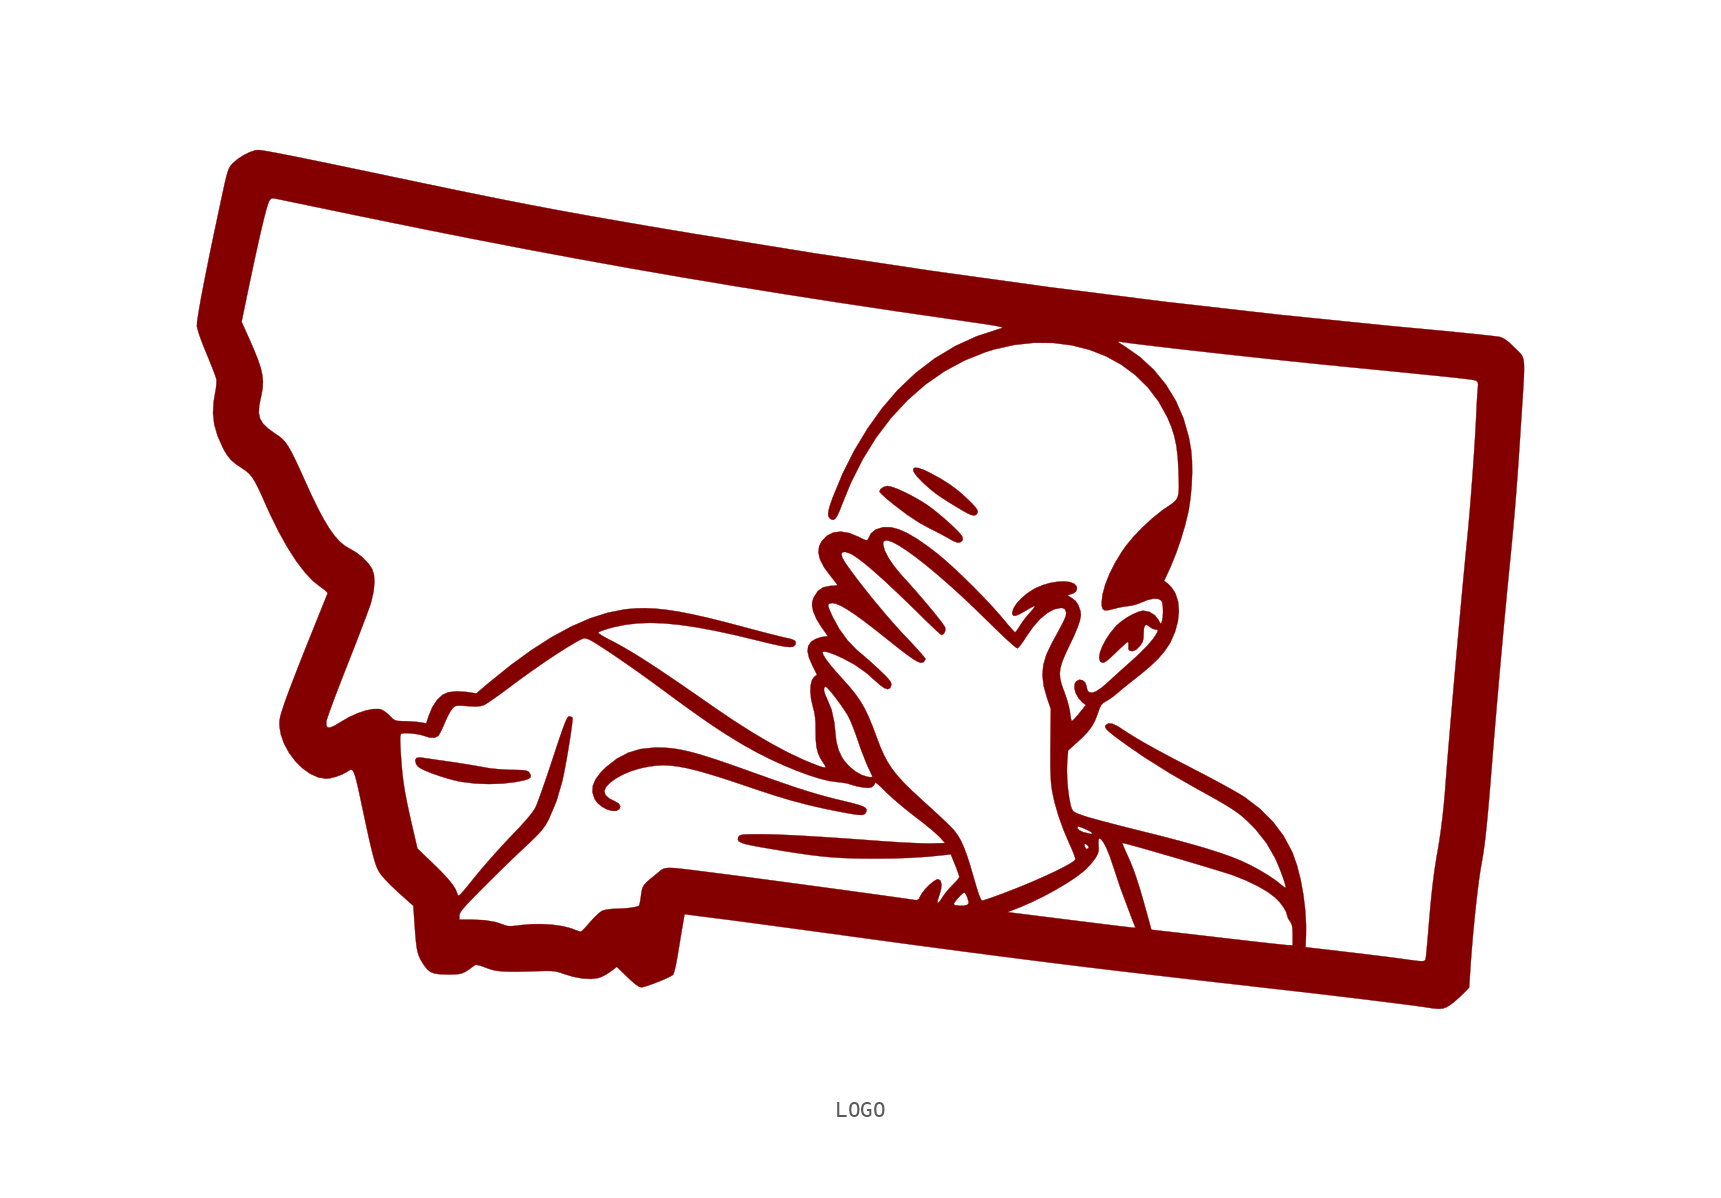
<source format=kicad_sym>
(kicad_symbol_lib
  (version 20220914)
  (generator "bitmap2component")
  (generator_version "8.0")
  (symbol "LOGO"
    (pin_names
      (offset 1.016))
    (property "Reference" "#G"
      (at 0 26.204 0)
      (effects (font (size 1.27 1.27)) hide))
    (symbol "LOGO_0_0"
      (polyline (pts (xy 36.423 -26.8) (xy 36.659 -26.709) (xy 36.903 -26.549) (xy 37.07 -26.419) (xy 37.384 -26.148) (xy 37.666 -25.879) (xy 38.037 -25.499) (xy 38.109 -24.37) (xy 38.139 -23.925) (xy 38.207 -23.032) (xy 38.286 -22.116) (xy 38.372 -21.207) (xy 38.464 -20.33) (xy 38.557 -19.513) (xy 38.65 -18.783) (xy 38.739 -18.168) (xy 38.821 -17.695) (xy 38.861 -17.483) (xy 38.926 -17.086) (xy 38.99 -16.623) (xy 39.056 -16.078) (xy 39.124 -15.438) (xy 39.197 -14.688) (xy 39.275 -13.812) (xy 39.36 -12.797) (xy 39.454 -11.627) (xy 39.499 -11.058) (xy 39.636 -9.387) (xy 39.783 -7.643) (xy 39.938 -5.867) (xy 40.096 -4.097) (xy 40.254 -2.376) (xy 40.408 -0.743) (xy 40.556 0.762) (xy 40.561 0.812) (xy 40.663 1.85) (xy 40.753 2.8) (xy 40.835 3.696) (xy 40.91 4.569) (xy 40.98 5.452) (xy 41.05 6.376) (xy 41.12 7.373) (xy 41.194 8.475) (xy 41.274 9.714) (xy 41.298 10.083) (xy 41.355 10.96) (xy 41.402 11.688) (xy 41.438 12.286) (xy 41.461 12.766) (xy 41.471 13.147) (xy 41.465 13.443) (xy 41.444 13.67) (xy 41.404 13.843) (xy 41.347 13.979) (xy 41.269 14.093) (xy 41.17 14.201) (xy 41.049 14.319) (xy 40.904 14.461) (xy 40.552 14.799) (xy 40.247 15.032) (xy 39.994 15.15) (xy 39.855 15.174) (xy 39.561 15.211) (xy 39.13 15.26) (xy 38.578 15.32) (xy 37.92 15.387) (xy 37.172 15.462) (xy 36.349 15.542) (xy 35.468 15.625) (xy 34.544 15.711) (xy 33.116 15.844) (xy 26.143 16.547) (xy 19.049 17.354) (xy 11.841 18.264) (xy 4.529 19.276) (xy -2.878 20.387) (xy -10.372 21.598) (xy -11.774 21.833) (xy -13.313 22.093) (xy -14.73 22.336) (xy -16.046 22.565) (xy -17.287 22.785) (xy -18.475 23) (xy -19.635 23.216) (xy -20.79 23.436) (xy -21.965 23.666) (xy -23.182 23.908) (xy -24.466 24.169) (xy -25.84 24.452) (xy -27.329 24.762) (xy -28.956 25.104) (xy -29.077 25.129) (xy -30.52 25.432) (xy -31.805 25.701) (xy -32.941 25.938) (xy -33.934 26.143) (xy -34.793 26.318) (xy -35.523 26.466) (xy -36.134 26.586) (xy -36.633 26.681) (xy -37.026 26.753) (xy -37.321 26.802) (xy -37.527 26.83) (xy -37.65 26.839) (xy -37.814 26.82) (xy -38.16 26.706) (xy -38.545 26.515) (xy -38.917 26.273) (xy -39.225 26.008) (xy -39.244 25.989) (xy -39.336 25.886) (xy -39.413 25.776) (xy -39.482 25.637) (xy -39.55 25.446) (xy -39.623 25.18) (xy -39.711 24.817) (xy -39.818 24.333) (xy -39.953 23.707) (xy -40.114 22.952) (xy -40.396 21.617) (xy -40.648 20.407) (xy -40.867 19.325) (xy -41.054 18.378) (xy -41.207 17.57) (xy -41.326 16.906) (xy -41.409 16.392) (xy -41.446 16.103) (xy -38.67 16.103) (xy -38.422 17.301) (xy -38.372 17.544) (xy -38.095 18.87) (xy -37.847 20.031) (xy -37.628 21.029) (xy -37.438 21.866) (xy -37.275 22.543) (xy -37.14 23.062) (xy -37.032 23.425) (xy -36.951 23.634) (xy -36.918 23.695) (xy -36.832 23.798) (xy -36.704 23.82) (xy -36.473 23.783) (xy -36.416 23.771) (xy -36.187 23.724) (xy -35.817 23.647) (xy -35.324 23.545) (xy -34.723 23.421) (xy -34.032 23.277) (xy -33.267 23.119) (xy -32.444 22.948) (xy -31.581 22.769) (xy -31.051 22.66) (xy -27.577 21.95) (xy -24.205 21.28) (xy -20.909 20.643) (xy -17.66 20.037) (xy -14.433 19.454) (xy -11.199 18.892) (xy -7.933 18.345) (xy -4.605 17.809) (xy -1.19 17.278) (xy 2.34 16.749) (xy 6.011 16.215) (xy 6.018 16.215) (xy 6.815 16.1) (xy 7.458 16.006) (xy 7.962 15.931) (xy 8.338 15.87) (xy 8.603 15.822) (xy 8.769 15.784) (xy 8.85 15.753) (xy 8.86 15.726) (xy 8.812 15.7) (xy 8.721 15.673) (xy 8.694 15.666) (xy 7.269 15.201) (xy 5.917 14.584) (xy 4.639 13.815) (xy 3.439 12.897) (xy 2.32 11.832) (xy 2.3 11.81) (xy 1.343 10.692) (xy 0.445 9.438) (xy -0.378 8.077) (xy -1.107 6.635) (xy -1.726 5.141) (xy -1.888 4.681) (xy -1.988 4.334) (xy -2.022 4.09) (xy -1.994 3.925) (xy -1.909 3.813) (xy -1.836 3.76) (xy -1.706 3.723) (xy -1.584 3.788) (xy -1.456 3.968) (xy -1.308 4.281) (xy -1.129 4.741) (xy -0.603 6.026) (xy 0.138 7.504) (xy 0.98 8.863) (xy 1.915 10.097) (xy 2.941 11.202) (xy 4.05 12.172) (xy 5.239 13.001) (xy 6.502 13.684) (xy 7.834 14.216) (xy 8.373 14.381) (xy 9.617 14.659) (xy 10.844 14.79) (xy 12.042 14.781) (xy 13.2 14.635) (xy 14.305 14.356) (xy 15.345 13.948) (xy 16.311 13.416) (xy 17.188 12.764) (xy 17.967 11.995) (xy 18.635 11.116) (xy 19.18 10.128) (xy 19.192 10.102) (xy 19.437 9.513) (xy 19.618 8.938) (xy 19.744 8.332) (xy 19.826 7.65) (xy 19.872 6.845) (xy 19.875 6.755) (xy 19.893 6.179) (xy 19.898 5.742) (xy 19.88 5.417) (xy 19.831 5.177) (xy 19.742 4.995) (xy 19.606 4.845) (xy 19.415 4.698) (xy 19.159 4.53) (xy 18.829 4.299) (xy 18.226 3.815) (xy 17.621 3.257) (xy 17.061 2.675) (xy 16.599 2.114) (xy 16.325 1.724) (xy 15.909 1.041) (xy 15.562 0.351) (xy 15.298 -0.315) (xy 15.13 -0.926) (xy 15.071 -1.451) (xy 15.08 -1.659) (xy 15.138 -1.847) (xy 15.271 -1.93) (xy 15.506 -1.919) (xy 15.87 -1.828) (xy 16.104 -1.767) (xy 16.466 -1.695) (xy 16.764 -1.659) (xy 16.945 -1.634) (xy 17.283 -1.543) (xy 17.611 -1.413) (xy 17.932 -1.282) (xy 18.306 -1.198) (xy 18.608 -1.211) (xy 18.805 -1.323) (xy 18.862 -1.465) (xy 18.899 -1.729) (xy 18.908 -2.051) (xy 18.887 -2.372) (xy 18.836 -2.633) (xy 18.816 -2.691) (xy 18.774 -2.756) (xy 18.715 -2.7) (xy 18.61 -2.507) (xy 18.395 -2.232) (xy 18.061 -2.024) (xy 17.677 -1.947) (xy 17.654 -1.948) (xy 17.383 -2.011) (xy 17.038 -2.159) (xy 16.666 -2.366) (xy 16.311 -2.607) (xy 16.022 -2.856) (xy 15.918 -2.966) (xy 15.602 -3.352) (xy 15.33 -3.764) (xy 15.115 -4.172) (xy 14.972 -4.545) (xy 14.915 -4.853) (xy 14.959 -5.068) (xy 14.995 -5.12) (xy 15.089 -5.196) (xy 15.21 -5.191) (xy 15.378 -5.094) (xy 15.616 -4.894) (xy 15.947 -4.58) (xy 16.211 -4.326) (xy 16.454 -4.102) (xy 16.63 -3.95) (xy 16.712 -3.895) (xy 16.717 -3.896) (xy 16.749 -3.983) (xy 16.748 -4.17) (xy 16.742 -4.323) (xy 16.792 -4.431) (xy 16.942 -4.471) (xy 17.034 -4.471) (xy 17.218 -4.395) (xy 17.429 -4.192) (xy 17.517 -4.087) (xy 17.632 -3.903) (xy 17.683 -3.694) (xy 17.695 -3.389) (xy 17.695 -3.364) (xy 17.717 -3.032) (xy 17.782 -2.859) (xy 17.897 -2.835) (xy 18.067 -2.954) (xy 18.248 -3.076) (xy 18.444 -3.133) (xy 18.566 -3.144) (xy 18.583 -3.209) (xy 18.505 -3.376) (xy 18.498 -3.39) (xy 18.271 -3.729) (xy 17.913 -4.146) (xy 17.435 -4.63) (xy 16.849 -5.168) (xy 16.552 -5.431) (xy 16.159 -5.784) (xy 15.788 -6.12) (xy 15.494 -6.393) (xy 15.49 -6.397) (xy 15.061 -6.767) (xy 14.716 -6.995) (xy 14.452 -7.081) (xy 14.266 -7.027) (xy 14.201 -6.95) (xy 14.139 -6.757) (xy 14.134 -6.679) (xy 14.047 -6.442) (xy 13.881 -6.295) (xy 13.678 -6.262) (xy 13.479 -6.367) (xy 13.39 -6.517) (xy 13.369 -6.79) (xy 13.452 -7.103) (xy 13.626 -7.414) (xy 13.878 -7.681) (xy 14.082 -7.846) (xy 13.669 -8.362) (xy 13.619 -8.424) (xy 13.425 -8.649) (xy 13.277 -8.799) (xy 13.202 -8.844) (xy 13.172 -8.774) (xy 13.131 -8.577) (xy 13.095 -8.302) (xy 13.078 -8.186) (xy 12.999 -7.829) (xy 12.878 -7.414) (xy 12.734 -7.008) (xy 12.579 -6.579) (xy 12.485 -6.212) (xy 12.455 -5.873) (xy 12.496 -5.527) (xy 12.609 -5.14) (xy 12.8 -4.676) (xy 13.073 -4.1) (xy 13.341 -3.534) (xy 13.57 -2.991) (xy 13.713 -2.563) (xy 13.773 -2.238) (xy 13.755 -2.001) (xy 13.735 -1.931) (xy 13.607 -1.583) (xy 13.449 -1.347) (xy 13.23 -1.173) (xy 12.933 -0.989) (xy 13.219 -0.897) (xy 13.288 -0.872) (xy 13.464 -0.758) (xy 13.531 -0.577) (xy 13.509 -0.424) (xy 13.361 -0.264) (xy 13.097 -0.162) (xy 12.743 -0.119) (xy 12.324 -0.136) (xy 11.866 -0.212) (xy 11.394 -0.348) (xy 10.933 -0.545) (xy 10.827 -0.601) (xy 10.416 -0.869) (xy 10.049 -1.18) (xy 9.752 -1.506) (xy 9.555 -1.818) (xy 9.483 -2.087) (xy 9.489 -2.164) (xy 9.556 -2.264) (xy 9.707 -2.264) (xy 9.959 -2.16) (xy 10.325 -1.95) (xy 10.378 -1.917) (xy 10.635 -1.77) (xy 10.825 -1.675) (xy 10.909 -1.652) (xy 10.878 -1.725) (xy 10.756 -1.885) (xy 10.569 -2.095) (xy 10.399 -2.29) (xy 10.149 -2.611) (xy 9.956 -2.901) (xy 9.856 -3.063) (xy 9.734 -3.235) (xy 9.664 -3.302) (xy 9.661 -3.301) (xy 9.578 -3.227) (xy 9.414 -3.048) (xy 9.191 -2.79) (xy 8.931 -2.477) (xy 8.715 -2.221) (xy 8.232 -1.679) (xy 7.672 -1.084) (xy 7.068 -0.467) (xy 6.449 0.141) (xy 5.847 0.711) (xy 5.291 1.211) (xy 4.813 1.612) (xy 4.251 2.044) (xy 3.546 2.536) (xy 2.927 2.899) (xy 2.383 3.14) (xy 1.907 3.263) (xy 1.488 3.271) (xy 1.354 3.251) (xy 0.942 3.117) (xy 0.654 2.878) (xy 0.476 2.524) (xy 0.47 2.507) (xy 0.424 2.455) (xy 0.325 2.462) (xy 0.141 2.536) (xy -0.158 2.684) (xy -0.694 2.903) (xy -1.225 2.993) (xy -1.698 2.934) (xy -2.105 2.728) (xy -2.434 2.375) (xy -2.579 2.081) (xy -2.626 1.685) (xy -2.525 1.247) (xy -2.272 0.759) (xy -1.867 0.212) (xy -1.819 0.153) (xy -1.628 -0.084) (xy -1.493 -0.262) (xy -1.442 -0.346) (xy -1.454 -0.359) (xy -1.58 -0.385) (xy -1.799 -0.396) (xy -1.885 -0.398) (xy -2.322 -0.488) (xy -2.657 -0.714) (xy -2.896 -1.079) (xy -2.941 -1.181) (xy -3.014 -1.411) (xy -3.021 -1.625) (xy -2.969 -1.913) (xy -2.934 -2.04) (xy -2.748 -2.472) (xy -2.455 -2.947) (xy -2.04 -3.538) (xy -2.417 -3.594) (xy -2.462 -3.602) (xy -2.782 -3.707) (xy -3.048 -3.865) (xy -3.099 -3.912) (xy -3.265 -4.163) (xy -3.305 -4.478) (xy -3.286 -4.567) (xy -2.371 -4.567) (xy -2.361 -4.533) (xy -2.241 -4.5) (xy -1.982 -4.558) (xy -1.59 -4.704) (xy -1.067 -4.938) (xy -0.334 -5.34) (xy 0.383 -5.851) (xy 1.111 -6.495) (xy 1.178 -6.558) (xy 1.466 -6.774) (xy 1.696 -6.853) (xy 1.854 -6.794) (xy 1.931 -6.596) (xy 1.928 -6.51) (xy 1.876 -6.382) (xy 1.752 -6.215) (xy 1.537 -5.987) (xy 1.212 -5.673) (xy 0.955 -5.433) (xy 0.583 -5.096) (xy 0.232 -4.789) (xy -0.049 -4.554) (xy -0.249 -4.384) (xy -0.817 -3.788) (xy -1.324 -3.09) (xy -1.732 -2.343) (xy -1.778 -2.241) (xy -1.92 -1.922) (xy -1.997 -1.718) (xy -2.018 -1.599) (xy -1.987 -1.535) (xy -1.911 -1.496) (xy -1.738 -1.473) (xy -1.506 -1.523) (xy -1.206 -1.653) (xy -0.829 -1.868) (xy -0.366 -2.175) (xy 0.193 -2.579) (xy 0.857 -3.087) (xy 1.636 -3.704) (xy 2.167 -4.127) (xy 2.657 -4.509) (xy 3.045 -4.798) (xy 3.344 -5.003) (xy 3.57 -5.133) (xy 3.735 -5.196) (xy 3.854 -5.203) (xy 3.942 -5.161) (xy 4.005 -5.094) (xy 4.064 -4.962) (xy 4.053 -4.938) (xy 3.95 -4.803) (xy 3.753 -4.575) (xy 3.48 -4.271) (xy 3.147 -3.91) (xy 2.77 -3.512) (xy 2.611 -3.344) (xy 2.101 -2.781) (xy 1.546 -2.142) (xy 0.973 -1.458) (xy 0.409 -0.762) (xy -0.119 -0.089) (xy -0.583 0.528) (xy -0.958 1.057) (xy -1.121 1.337) (xy -1.19 1.572) (xy -1.133 1.703) (xy -0.954 1.723) (xy -0.656 1.627) (xy -0.552 1.575) (xy -0.213 1.36) (xy 0.227 1.027) (xy 0.769 0.573) (xy 1.415 -0.003) (xy 2.167 -0.702) (xy 3.027 -1.526) (xy 3.996 -2.477) (xy 4.246 -2.721) (xy 4.557 -3.02) (xy 4.813 -3.257) (xy 4.992 -3.415) (xy 5.073 -3.471) (xy 5.077 -3.471) (xy 5.21 -3.395) (xy 5.298 -3.222) (xy 5.304 -3.023) (xy 5.279 -2.969) (xy 5.154 -2.779) (xy 4.939 -2.493) (xy 4.649 -2.128) (xy 4.3 -1.705) (xy 3.908 -1.24) (xy 3.489 -0.755) (xy 3.057 -0.266) (xy 2.629 0.206) (xy 2.525 0.321) (xy 2.09 0.853) (xy 1.752 1.352) (xy 1.525 1.798) (xy 1.423 2.167) (xy 1.417 2.271) (xy 1.459 2.393) (xy 1.609 2.437) (xy 1.724 2.43) (xy 2.023 2.327) (xy 2.421 2.112) (xy 2.909 1.794) (xy 3.477 1.381) (xy 4.115 0.881) (xy 4.812 0.301) (xy 5.559 -0.349) (xy 6.345 -1.063) (xy 7.16 -1.831) (xy 7.995 -2.647) (xy 8.051 -2.702) (xy 8.492 -3.134) (xy 8.895 -3.52) (xy 9.244 -3.844) (xy 9.523 -4.092) (xy 9.716 -4.249) (xy 9.807 -4.3) (xy 9.862 -4.262) (xy 10 -4.104) (xy 10.182 -3.853) (xy 10.385 -3.542) (xy 10.393 -3.53) (xy 10.809 -2.936) (xy 11.246 -2.45) (xy 11.688 -2.086) (xy 12.119 -1.857) (xy 12.521 -1.778) (xy 12.612 -1.782) (xy 12.763 -1.841) (xy 12.839 -2.008) (xy 12.851 -2.066) (xy 12.853 -2.163) (xy 12.827 -2.284) (xy 12.764 -2.451) (xy 12.655 -2.684) (xy 12.49 -3.003) (xy 12.26 -3.428) (xy 11.957 -3.981) (xy 11.623 -4.678) (xy 11.428 -5.334) (xy 11.372 -5.982) (xy 11.45 -6.66) (xy 11.661 -7.408) (xy 11.896 -8.086) (xy 11.873 -10.281) (xy 11.873 -10.284) (xy 11.867 -11.049) (xy 11.87 -11.671) (xy 11.876 -11.925) (xy 12.903 -11.925) (xy 12.918 -11.417) (xy 12.975 -10.684) (xy 13.566 -10.154) (xy 13.815 -9.925) (xy 14.19 -9.539) (xy 14.464 -9.178) (xy 14.67 -8.8) (xy 14.835 -8.363) (xy 14.835 -8.361) (xy 14.946 -8.043) (xy 15.048 -7.843) (xy 15.173 -7.713) (xy 15.352 -7.606) (xy 15.476 -7.536) (xy 15.762 -7.34) (xy 16.032 -7.122) (xy 16.057 -7.099) (xy 16.276 -6.913) (xy 16.585 -6.66) (xy 16.948 -6.369) (xy 17.326 -6.072) (xy 17.496 -5.938) (xy 18.124 -5.412) (xy 18.622 -4.931) (xy 19.013 -4.475) (xy 19.314 -4.023) (xy 19.377 -3.911) (xy 19.658 -3.273) (xy 19.834 -2.617) (xy 19.899 -1.976) (xy 19.851 -1.386) (xy 19.686 -0.88) (xy 19.597 -0.722) (xy 19.408 -0.456) (xy 19.225 -0.272) (xy 18.975 -0.087) (xy 19.319 0.655) (xy 19.387 0.807) (xy 19.716 1.617) (xy 20.026 2.507) (xy 20.293 3.404) (xy 20.492 4.233) (xy 20.521 4.387) (xy 20.627 5.109) (xy 20.697 5.894) (xy 20.729 6.687) (xy 20.719 7.43) (xy 20.666 8.067) (xy 20.528 8.861) (xy 20.191 10.052) (xy 19.711 11.159) (xy 19.093 12.175) (xy 18.344 13.093) (xy 17.468 13.904) (xy 16.47 14.6) (xy 16.272 14.722) (xy 16.127 14.825) (xy 16.112 14.867) (xy 16.216 14.859) (xy 16.28 14.848) (xy 16.574 14.805) (xy 17.015 14.747) (xy 17.587 14.676) (xy 18.276 14.594) (xy 19.064 14.501) (xy 19.937 14.4) (xy 20.879 14.294) (xy 21.873 14.182) (xy 22.905 14.068) (xy 23.958 13.953) (xy 25.017 13.839) (xy 26.066 13.727) (xy 27.088 13.619) (xy 28.07 13.517) (xy 28.994 13.423) (xy 29.845 13.339) (xy 30.825 13.243) (xy 32.107 13.117) (xy 33.236 13.006) (xy 34.222 12.909) (xy 35.075 12.823) (xy 35.805 12.75) (xy 36.422 12.687) (xy 36.934 12.633) (xy 37.352 12.588) (xy 37.685 12.55) (xy 37.943 12.519) (xy 38.136 12.493) (xy 38.273 12.472) (xy 38.364 12.454) (xy 38.418 12.438) (xy 38.501 12.401) (xy 38.575 12.324) (xy 38.594 12.179) (xy 38.575 11.917) (xy 38.572 11.886) (xy 38.55 11.61) (xy 38.526 11.22) (xy 38.501 10.763) (xy 38.479 10.287) (xy 38.454 9.754) (xy 38.41 8.967) (xy 38.354 8.079) (xy 38.29 7.127) (xy 38.219 6.148) (xy 38.145 5.18) (xy 38.071 4.259) (xy 37.999 3.423) (xy 37.931 2.709) (xy 37.928 2.682) (xy 37.853 1.919) (xy 37.768 1.035) (xy 37.675 0.05) (xy 37.576 -1.016) (xy 37.473 -2.145) (xy 37.367 -3.316) (xy 37.26 -4.511) (xy 37.154 -5.711) (xy 37.05 -6.896) (xy 36.95 -8.048) (xy 36.856 -9.146) (xy 36.77 -10.171) (xy 36.692 -11.105) (xy 36.626 -11.929) (xy 36.572 -12.622) (xy 36.532 -13.166) (xy 36.522 -13.305) (xy 36.457 -14.044) (xy 36.373 -14.837) (xy 36.274 -15.626) (xy 36.169 -16.358) (xy 36.065 -16.976) (xy 36.008 -17.293) (xy 35.871 -18.164) (xy 35.746 -19.143) (xy 35.63 -20.25) (xy 35.521 -21.505) (xy 35.52 -21.512) (xy 35.477 -22.049) (xy 35.434 -22.552) (xy 35.395 -22.986) (xy 35.364 -23.319) (xy 35.343 -23.516) (xy 35.341 -23.525) (xy 35.326 -23.66) (xy 35.304 -23.757) (xy 35.252 -23.819) (xy 35.148 -23.849) (xy 34.967 -23.848) (xy 34.688 -23.82) (xy 34.286 -23.767) (xy 33.74 -23.69) (xy 33.413 -23.647) (xy 32.89 -23.579) (xy 32.267 -23.502) (xy 31.584 -23.418) (xy 30.876 -23.333) (xy 30.184 -23.252) (xy 27.813 -22.977) (xy 27.842 -22.22) (xy 27.847 -21.604) (xy 27.794 -20.659) (xy 27.677 -19.692) (xy 27.505 -18.75) (xy 27.283 -17.879) (xy 27.02 -17.127) (xy 26.956 -16.977) (xy 26.439 -16.017) (xy 25.771 -15.13) (xy 24.957 -14.32) (xy 23.998 -13.592) (xy 23.897 -13.527) (xy 23.573 -13.333) (xy 23.134 -13.083) (xy 22.606 -12.791) (xy 22.014 -12.472) (xy 21.385 -12.139) (xy 20.743 -11.807) (xy 19.903 -11.373) (xy 19.073 -10.937) (xy 18.358 -10.55) (xy 17.737 -10.202) (xy 17.189 -9.88) (xy 16.693 -9.573) (xy 16.229 -9.269) (xy 16.054 -9.157) (xy 15.735 -9.009) (xy 15.497 -8.991) (xy 15.325 -9.101) (xy 15.293 -9.162) (xy 15.305 -9.253) (xy 15.388 -9.373) (xy 15.556 -9.534) (xy 15.823 -9.75) (xy 16.203 -10.034) (xy 16.71 -10.399) (xy 17.739 -11.105) (xy 19.315 -12.098) (xy 20.996 -13.062) (xy 21.545 -13.364) (xy 22.155 -13.705) (xy 22.652 -13.991) (xy 23.055 -14.236) (xy 23.386 -14.453) (xy 23.665 -14.655) (xy 23.913 -14.855) (xy 24.152 -15.067) (xy 24.679 -15.597) (xy 25.371 -16.469) (xy 25.904 -17.399) (xy 25.965 -17.531) (xy 26.122 -17.895) (xy 26.273 -18.274) (xy 26.405 -18.634) (xy 26.508 -18.942) (xy 26.567 -19.163) (xy 26.571 -19.262) (xy 26.532 -19.252) (xy 26.396 -19.16) (xy 26.202 -19.003) (xy 25.964 -18.812) (xy 25.48 -18.481) (xy 24.912 -18.141) (xy 24.305 -17.819) (xy 23.707 -17.542) (xy 23.172 -17.329) (xy 22.52 -17.097) (xy 21.767 -16.855) (xy 20.9 -16.598) (xy 19.906 -16.324) (xy 18.771 -16.027) (xy 17.484 -15.705) (xy 16.995 -15.584) (xy 16.301 -15.409) (xy 15.648 -15.24) (xy 15.059 -15.084) (xy 14.559 -14.947) (xy 14.175 -14.837) (xy 13.931 -14.759) (xy 13.625 -14.648) (xy 13.409 -14.553) (xy 13.283 -14.459) (xy 13.21 -14.336) (xy 13.152 -14.156) (xy 13.139 -14.112) (xy 13.046 -13.66) (xy 12.971 -13.106) (xy 12.922 -12.508) (xy 12.903 -11.925) (xy 11.876 -11.925) (xy 11.882 -12.176) (xy 11.904 -12.589) (xy 11.937 -12.937) (xy 11.982 -13.244) (xy 12.115 -13.871) (xy 12.367 -14.747) (xy 12.652 -15.546) (xy 13.56 -15.546) (xy 13.574 -15.439) (xy 13.624 -15.437) (xy 13.787 -15.486) (xy 14.008 -15.575) (xy 14.233 -15.681) (xy 14.408 -15.779) (xy 14.478 -15.844) (xy 14.478 -15.86) (xy 14.467 -15.895) (xy 14.409 -15.899) (xy 14.264 -15.87) (xy 13.994 -15.804) (xy 13.886 -15.772) (xy 13.676 -15.666) (xy 13.56 -15.546) (xy 12.652 -15.546) (xy 12.693 -15.661) (xy 13.077 -16.557) (xy 13.112 -16.635) (xy 13.997 -16.635) (xy 14.008 -16.528) (xy 14.045 -16.516) (xy 14.151 -16.569) (xy 14.244 -16.676) (xy 14.26 -16.774) (xy 14.25 -16.788) (xy 14.143 -16.849) (xy 14.139 -16.848) (xy 14.055 -16.775) (xy 13.997 -16.635) (xy 13.112 -16.635) (xy 13.203 -16.838) (xy 13.331 -17.148) (xy 13.41 -17.378) (xy 13.428 -17.492) (xy 13.425 -17.498) (xy 13.306 -17.614) (xy 13.047 -17.781) (xy 12.668 -17.989) (xy 12.186 -18.23) (xy 11.62 -18.496) (xy 10.987 -18.778) (xy 10.307 -19.067) (xy 9.597 -19.354) (xy 8.875 -19.632) (xy 8.706 -19.695) (xy 8.303 -19.841) (xy 7.963 -19.959) (xy 7.718 -20.038) (xy 7.6 -20.066) (xy 7.578 -20.056) (xy 7.498 -19.927) (xy 7.388 -19.645) (xy 7.247 -19.206) (xy 7.072 -18.605) (xy 6.851 -17.845) (xy 6.651 -17.226) (xy 6.463 -16.726) (xy 6.278 -16.32) (xy 6.085 -15.986) (xy 5.875 -15.699) (xy 5.81 -15.626) (xy 5.599 -15.409) (xy 5.296 -15.113) (xy 4.923 -14.76) (xy 4.503 -14.371) (xy 4.059 -13.968) (xy 3.825 -13.757) (xy 3.218 -13.194) (xy 2.72 -12.703) (xy 2.314 -12.258) (xy 1.981 -11.834) (xy 1.703 -11.407) (xy 1.462 -10.953) (xy 1.239 -10.447) (xy 1.017 -9.864) (xy 0.761 -9.179) (xy 0.508 -8.566) (xy 0.258 -8.048) (xy -0.011 -7.587) (xy -0.32 -7.147) (xy -0.689 -6.693) (xy -1.141 -6.188) (xy -1.502 -5.787) (xy -1.866 -5.356) (xy -2.139 -5) (xy -2.311 -4.732) (xy -2.371 -4.567) (xy -3.286 -4.567) (xy -3.22 -4.874) (xy -3.009 -5.365) (xy -2.716 -5.947) (xy -2.898 -6.095) (xy -3.025 -6.277) (xy -3.108 -6.598) (xy -3.124 -6.933) (xy -2.276 -6.933) (xy -2.268 -6.756) (xy -2.18 -6.69) (xy -2.177 -6.691) (xy -2.077 -6.765) (xy -1.907 -6.95) (xy -1.69 -7.216) (xy -1.446 -7.534) (xy -1.199 -7.875) (xy -0.971 -8.211) (xy -0.783 -8.511) (xy -0.774 -8.528) (xy -0.648 -8.785) (xy -0.493 -9.153) (xy -0.328 -9.586) (xy -0.171 -10.035) (xy 0.027 -10.609) (xy 0.385 -11.525) (xy 0.744 -12.298) (xy 0.742 -12.335) (xy 0.635 -12.356) (xy 0.427 -12.324) (xy 0.155 -12.243) (xy 0.09 -12.218) (xy -0.32 -11.989) (xy -0.717 -11.661) (xy -1.04 -11.286) (xy -1.165 -11.09) (xy -1.375 -10.631) (xy -1.51 -10.095) (xy -1.581 -9.44) (xy -1.629 -8.951) (xy -1.807 -8.127) (xy -2.105 -7.41) (xy -2.208 -7.185) (xy -2.276 -6.933) (xy -3.124 -6.933) (xy -3.128 -7.007) (xy -3.083 -7.468) (xy -2.974 -7.943) (xy -2.895 -8.239) (xy -2.837 -8.586) (xy -2.807 -8.992) (xy -2.8 -9.511) (xy -2.792 -10.004) (xy -2.748 -10.459) (xy -2.657 -10.833) (xy -2.506 -11.17) (xy -2.283 -11.518) (xy -2.201 -11.645) (xy -2.178 -11.729) (xy -2.243 -11.753) (xy -2.413 -11.714) (xy -2.704 -11.612) (xy -3.135 -11.444) (xy -3.552 -11.27) (xy -4.526 -10.81) (xy -5.591 -10.24) (xy -6.734 -9.568) (xy -7.937 -8.804) (xy -9.186 -7.957) (xy -10.095 -7.323) (xy -11.043 -6.667) (xy -11.879 -6.096) (xy -12.618 -5.6) (xy -13.272 -5.171) (xy -13.856 -4.8) (xy -14.383 -4.478) (xy -14.867 -4.197) (xy -15.321 -3.947) (xy -15.758 -3.72) (xy -15.904 -3.645) (xy -16.166 -3.496) (xy -16.338 -3.378) (xy -16.39 -3.313) (xy -16.384 -3.306) (xy -16.264 -3.245) (xy -16.031 -3.159) (xy -15.73 -3.064) (xy -15.406 -2.976) (xy -14.698 -2.83) (xy -13.952 -2.742) (xy -13.152 -2.711) (xy -12.285 -2.74) (xy -11.335 -2.83) (xy -10.287 -2.981) (xy -9.129 -3.195) (xy -7.843 -3.472) (xy -6.417 -3.815) (xy -6.141 -3.884) (xy -5.526 -4.032) (xy -5.048 -4.136) (xy -4.689 -4.199) (xy -4.43 -4.221) (xy -4.253 -4.207) (xy -4.138 -4.157) (xy -4.069 -4.073) (xy -4.032 -3.939) (xy -4.104 -3.819) (xy -4.313 -3.722) (xy -4.676 -3.638) (xy -4.85 -3.6) (xy -5.179 -3.521) (xy -5.619 -3.41) (xy -6.143 -3.275) (xy -6.724 -3.122) (xy -7.334 -2.959) (xy -8.535 -2.642) (xy -9.6 -2.378) (xy -10.54 -2.168) (xy -11.375 -2.006) (xy -12.121 -1.892) (xy -12.798 -1.822) (xy -13.422 -1.794) (xy -14.012 -1.804) (xy -14.585 -1.85) (xy -14.707 -1.864) (xy -15.776 -2.071) (xy -16.891 -2.425) (xy -18.053 -2.929) (xy -19.267 -3.584) (xy -20.534 -4.393) (xy -21.858 -5.355) (xy -23.241 -6.473) (xy -24.003 -7.118) (xy -24.426 -7.053) (xy -24.627 -7.025) (xy -25.253 -6.987) (xy -25.745 -7.044) (xy -26.105 -7.198) (xy -26.445 -7.513) (xy -26.752 -7.974) (xy -26.986 -8.536) (xy -27.129 -8.989) (xy -27.513 -8.924) (xy -27.758 -8.893) (xy -28.125 -8.866) (xy -28.497 -8.853) (xy -28.644 -8.851) (xy -28.91 -8.837) (xy -29.086 -8.793) (xy -29.228 -8.698) (xy -29.393 -8.534) (xy -29.493 -8.435) (xy -29.726 -8.245) (xy -29.926 -8.13) (xy -30.082 -8.092) (xy -30.459 -8.096) (xy -30.92 -8.189) (xy -31.433 -8.362) (xy -31.966 -8.604) (xy -32.486 -8.906) (xy -32.515 -8.925) (xy -32.882 -9.145) (xy -33.138 -9.251) (xy -33.297 -9.243) (xy -33.372 -9.12) (xy -33.377 -8.882) (xy -33.372 -8.854) (xy -33.318 -8.669) (xy -33.209 -8.351) (xy -33.053 -7.92) (xy -32.857 -7.393) (xy -32.627 -6.788) (xy -32.371 -6.125) (xy -32.094 -5.423) (xy -32.037 -5.276) (xy -31.752 -4.554) (xy -31.481 -3.857) (xy -31.231 -3.207) (xy -31.01 -2.627) (xy -30.827 -2.139) (xy -30.69 -1.764) (xy -30.608 -1.524) (xy -30.553 -1.338) (xy -30.42 -0.733) (xy -30.369 -0.175) (xy -30.399 0.302) (xy -30.514 0.667) (xy -30.734 0.987) (xy -31.078 1.346) (xy -31.479 1.671) (xy -31.885 1.913) (xy -31.918 1.929) (xy -32.239 2.122) (xy -32.551 2.386) (xy -32.864 2.735) (xy -33.184 3.182) (xy -33.522 3.738) (xy -33.885 4.417) (xy -34.282 5.231) (xy -34.722 6.195) (xy -34.813 6.399) (xy -35.111 7.056) (xy -35.359 7.581) (xy -35.568 7.994) (xy -35.751 8.313) (xy -35.919 8.557) (xy -36.084 8.746) (xy -36.258 8.899) (xy -36.451 9.034) (xy -36.547 9.097) (xy -37.007 9.427) (xy -37.326 9.735) (xy -37.517 10.053) (xy -37.594 10.412) (xy -37.571 10.846) (xy -37.463 11.388) (xy -37.416 11.599) (xy -37.351 12.001) (xy -37.335 12.385) (xy -37.374 12.779) (xy -37.472 13.211) (xy -37.635 13.708) (xy -37.869 14.298) (xy -38.179 15.009) (xy -38.67 16.103) (xy -41.446 16.103) (xy -41.455 16.032) (xy -41.464 15.833) (xy -41.447 15.735) (xy -41.368 15.45) (xy -41.236 15.062) (xy -41.062 14.601) (xy -40.858 14.101) (xy -40.713 13.755) (xy -40.537 13.317) (xy -40.391 12.94) (xy -40.289 12.654) (xy -40.243 12.492) (xy -40.241 12.474) (xy -40.242 12.249) (xy -40.276 11.931) (xy -40.336 11.581) (xy -40.414 11.127) (xy -40.457 10.394) (xy -40.379 9.693) (xy -40.173 8.979) (xy -39.834 8.213) (xy -39.789 8.125) (xy -39.574 7.763) (xy -39.333 7.472) (xy -39.023 7.207) (xy -38.601 6.921) (xy -38.541 6.883) (xy -38.34 6.739) (xy -38.165 6.577) (xy -38.002 6.374) (xy -37.836 6.107) (xy -37.651 5.752) (xy -37.433 5.287) (xy -37.167 4.687) (xy -36.883 4.059) (xy -36.343 2.966) (xy -35.801 1.996) (xy -35.26 1.156) (xy -34.728 0.457) (xy -34.211 -0.093) (xy -33.715 -0.485) (xy -33.502 -0.636) (xy -33.345 -0.781) (xy -33.3 -0.875) (xy -33.337 -0.966) (xy -33.43 -1.198) (xy -33.572 -1.551) (xy -33.755 -2.007) (xy -33.973 -2.548) (xy -34.217 -3.155) (xy -34.481 -3.81) (xy -34.678 -4.3) (xy -34.959 -5.009) (xy -35.228 -5.697) (xy -35.476 -6.338) (xy -35.692 -6.902) (xy -35.864 -7.365) (xy -35.983 -7.698) (xy -36.049 -7.892) (xy -36.178 -8.29) (xy -36.259 -8.586) (xy -36.299 -8.82) (xy -36.307 -9.033) (xy -36.291 -9.265) (xy -36.216 -9.686) (xy -36.098 -10.021) (xy -28.762 -10.021) (xy -28.754 -9.815) (xy -28.729 -9.695) (xy -28.688 -9.639) (xy -28.626 -9.617) (xy -28.408 -9.601) (xy -28.105 -9.616) (xy -27.768 -9.656) (xy -27.451 -9.716) (xy -27.205 -9.791) (xy -26.93 -9.878) (xy -26.613 -9.891) (xy -26.386 -9.779) (xy -26.36 -9.748) (xy -26.255 -9.568) (xy -26.12 -9.292) (xy -25.978 -8.965) (xy -25.935 -8.861) (xy -25.778 -8.525) (xy -25.624 -8.242) (xy -25.501 -8.065) (xy -25.401 -7.967) (xy -25.297 -7.907) (xy -25.15 -7.882) (xy -24.917 -7.886) (xy -24.558 -7.911) (xy -24.388 -7.923) (xy -24.009 -7.935) (xy -23.736 -7.91) (xy -23.527 -7.848) (xy -23.501 -7.836) (xy -23.319 -7.727) (xy -23.034 -7.535) (xy -22.671 -7.28) (xy -22.256 -6.978) (xy -21.811 -6.647) (xy -21.278 -6.25) (xy -20.504 -5.693) (xy -19.733 -5.157) (xy -18.996 -4.666) (xy -18.326 -4.24) (xy -17.755 -3.901) (xy -17.722 -3.882) (xy -17.463 -3.744) (xy -17.29 -3.681) (xy -17.151 -3.682) (xy -16.993 -3.736) (xy -16.816 -3.826) (xy -16.506 -4.011) (xy -16.096 -4.273) (xy -15.603 -4.598) (xy -15.048 -4.974) (xy -14.449 -5.389) (xy -13.824 -5.83) (xy -13.192 -6.283) (xy -12.573 -6.736) (xy -12.247 -6.976) (xy -11.408 -7.592) (xy -10.675 -8.123) (xy -10.028 -8.584) (xy -9.446 -8.987) (xy -8.909 -9.347) (xy -8.397 -9.678) (xy -7.89 -9.994) (xy -7.366 -10.31) (xy -7.218 -10.396) (xy -6.44 -10.826) (xy -5.627 -11.234) (xy -4.804 -11.61) (xy -3.998 -11.944) (xy -3.233 -12.226) (xy -2.535 -12.446) (xy -1.929 -12.594) (xy -1.439 -12.66) (xy -1.173 -12.685) (xy -0.839 -12.742) (xy -0.593 -12.813) (xy -0.464 -12.859) (xy -0.153 -12.939) (xy 0.176 -12.996) (xy 0.215 -13.001) (xy 0.496 -13.021) (xy 0.67 -12.994) (xy 0.79 -12.914) (xy 0.877 -12.809) (xy 0.931 -12.69) (xy 0.975 -12.704) (xy 1.114 -12.818) (xy 1.326 -13.014) (xy 1.587 -13.272) (xy 1.73 -13.411) (xy 2.086 -13.734) (xy 2.516 -14.103) (xy 2.978 -14.48) (xy 3.43 -14.832) (xy 3.717 -15.051) (xy 4.122 -15.372) (xy 4.484 -15.67) (xy 4.771 -15.921) (xy 4.952 -16.097) (xy 5.288 -16.468) (xy 4.443 -16.493) (xy 4.163 -16.494) (xy 3.723 -16.482) (xy 3.177 -16.46) (xy 2.557 -16.428) (xy 1.896 -16.387) (xy 1.228 -16.341) (xy 0.073 -16.256) (xy -1.24 -16.163) (xy -2.402 -16.086) (xy -3.422 -16.025) (xy -4.311 -15.977) (xy -5.077 -15.944) (xy -5.732 -15.925) (xy -6.284 -15.918) (xy -6.756 -15.919) (xy -7.106 -15.927) (xy -7.34 -15.942) (xy -7.484 -15.97) (xy -7.567 -16.013) (xy -7.614 -16.075) (xy -7.635 -16.119) (xy -7.662 -16.247) (xy -7.607 -16.353) (xy -7.453 -16.446) (xy -7.182 -16.534) (xy -6.778 -16.625) (xy -6.223 -16.727) (xy -5.59 -16.835) (xy -4.644 -16.992) (xy -3.82 -17.12) (xy -3.088 -17.222) (xy -2.42 -17.301) (xy -1.79 -17.359) (xy -1.167 -17.399) (xy -0.525 -17.424) (xy 0.165 -17.437) (xy 0.931 -17.44) (xy 2.003 -17.43) (xy 3.149 -17.392) (xy 4.205 -17.323) (xy 5.215 -17.222) (xy 5.647 -17.171) (xy 5.914 -17.835) (xy 5.958 -17.945) (xy 6.072 -18.244) (xy 6.151 -18.473) (xy 6.181 -18.587) (xy 6.181 -18.591) (xy 6.117 -18.695) (xy 5.964 -18.876) (xy 5.751 -19.096) (xy 5.53 -19.328) (xy 5.284 -19.623) (xy 5.108 -19.875) (xy 5.005 -20.04) (xy 4.875 -20.199) (xy 4.813 -20.205) (xy 4.824 -20.061) (xy 4.917 -19.771) (xy 4.92 -19.765) (xy 5.035 -19.366) (xy 5.064 -19.045) (xy 5.006 -18.825) (xy 4.863 -18.729) (xy 4.756 -18.751) (xy 4.551 -18.876) (xy 4.308 -19.079) (xy 4.066 -19.324) (xy 3.861 -19.577) (xy 3.728 -19.805) (xy 3.654 -19.956) (xy 3.545 -20.035) (xy 3.354 -20.023) (xy 3.297 -20.014) (xy 3.047 -19.976) (xy 2.653 -19.919) (xy 2.133 -19.846) (xy 1.503 -19.758) (xy 0.782 -19.658) (xy -0.014 -19.549) (xy -0.867 -19.432) (xy -1.761 -19.31) (xy -2.677 -19.186) (xy -3.599 -19.061) (xy -4.509 -18.939) (xy -5.391 -18.821) (xy -6.226 -18.709) (xy -6.998 -18.607) (xy -7.69 -18.516) (xy -8.284 -18.439) (xy -8.763 -18.378) (xy -9.156 -18.328) (xy -9.932 -18.229) (xy -10.564 -18.149) (xy -11.071 -18.088) (xy -11.468 -18.046) (xy -11.774 -18.024) (xy -12.007 -18.022) (xy -12.182 -18.041) (xy -12.318 -18.081) (xy -12.431 -18.141) (xy -12.54 -18.223) (xy -12.661 -18.327) (xy -12.812 -18.452) (xy -13.133 -18.711) (xy -13.375 -18.924) (xy -13.53 -19.101) (xy -13.623 -19.278) (xy -13.677 -19.491) (xy -13.716 -19.773) (xy -13.757 -20.056) (xy -13.797 -20.268) (xy 5.834 -20.268) (xy 5.902 -20.148) (xy 6.074 -19.936) (xy 6.217 -19.778) (xy 6.383 -19.622) (xy 6.485 -19.561) (xy 6.513 -19.572) (xy 6.602 -19.692) (xy 6.691 -19.903) (xy 6.755 -20.129) (xy 6.753 -20.252) (xy 6.683 -20.325) (xy 6.668 -20.334) (xy 6.465 -20.383) (xy 6.184 -20.388) (xy 5.905 -20.346) (xy 5.859 -20.328) (xy 5.834 -20.268) (xy -13.797 -20.268) (xy -13.799 -20.278) (xy -13.832 -20.38) (xy -13.899 -20.416) (xy -14.12 -20.473) (xy -14.442 -20.522) (xy -14.823 -20.556) (xy -15.222 -20.57) (xy -15.565 -20.587) (xy -15.888 -20.63) (xy -16.114 -20.689) (xy -16.175 -20.722) (xy -16.259 -20.786) (xy 9.189 -20.786) (xy 9.823 -20.54) (xy 9.97 -20.482) (xy 10.695 -20.167) (xy 11.444 -19.801) (xy 12.18 -19.404) (xy 12.866 -18.998) (xy 13.466 -18.602) (xy 13.941 -18.238) (xy 14.147 -18.046) (xy 14.428 -17.743) (xy 14.646 -17.463) (xy 14.72 -17.35) (xy 14.842 -17.117) (xy 14.888 -16.9) (xy 14.88 -16.616) (xy 14.871 -16.443) (xy 14.879 -16.247) (xy 14.908 -16.171) (xy 15.018 -16.219) (xy 15.184 -16.423) (xy 15.204 -16.462) (xy 16.361 -16.462) (xy 16.362 -16.462) (xy 16.46 -16.479) (xy 16.699 -16.54) (xy 17.058 -16.637) (xy 17.516 -16.765) (xy 18.054 -16.918) (xy 18.651 -17.09) (xy 19.288 -17.274) (xy 19.943 -17.466) (xy 20.597 -17.66) (xy 21.229 -17.848) (xy 21.82 -18.026) (xy 22.348 -18.187) (xy 22.793 -18.325) (xy 23.136 -18.435) (xy 23.356 -18.511) (xy 24.101 -18.811) (xy 24.836 -19.164) (xy 25.449 -19.523) (xy 25.915 -19.877) (xy 26.199 -20.168) (xy 26.442 -20.489) (xy 26.608 -20.788) (xy 26.67 -21.025) (xy 26.67 -21.026) (xy 26.72 -21.173) (xy 26.839 -21.359) (xy 26.891 -21.433) (xy 26.963 -21.607) (xy 26.999 -21.852) (xy 27.009 -22.217) (xy 27.009 -22.86) (xy 26.733 -22.851) (xy 26.729 -22.851) (xy 26.573 -22.838) (xy 26.27 -22.807) (xy 25.842 -22.762) (xy 25.309 -22.703) (xy 24.691 -22.634) (xy 24.009 -22.556) (xy 23.283 -22.472) (xy 22.601 -22.393) (xy 21.848 -22.305) (xy 21.13 -22.222) (xy 20.474 -22.147) (xy 19.907 -22.081) (xy 19.455 -22.03) (xy 19.145 -21.994) (xy 18.182 -21.886) (xy 17.812 -20.548) (xy 17.629 -19.894) (xy 17.425 -19.205) (xy 17.238 -18.623) (xy 17.058 -18.116) (xy 16.872 -17.651) (xy 16.669 -17.195) (xy 16.59 -17.023) (xy 16.466 -16.741) (xy 16.385 -16.543) (xy 16.361 -16.462) (xy 15.204 -16.462) (xy 15.372 -16.782) (xy 15.577 -17.286) (xy 15.796 -17.93) (xy 16.246 -19.285) (xy 17.007 -21.315) (xy 17.185 -21.759) (xy 16.996 -21.75) (xy 16.915 -21.742) (xy 16.675 -21.715) (xy 16.298 -21.671) (xy 15.804 -21.611) (xy 15.209 -21.538) (xy 14.531 -21.454) (xy 13.788 -21.362) (xy 12.998 -21.263) (xy 9.189 -20.786) (xy -16.259 -20.786) (xy -16.383 -20.881) (xy -16.637 -21.123) (xy -16.895 -21.407) (xy -17.015 -21.548) (xy -17.23 -21.785) (xy -17.396 -21.947) (xy -17.484 -22.007) (xy -17.547 -21.993) (xy -17.738 -21.93) (xy -17.99 -21.833) (xy -18.119 -21.786) (xy -18.614 -21.662) (xy -19.212 -21.577) (xy -19.865 -21.534) (xy -20.527 -21.536) (xy -21.151 -21.588) (xy -21.505 -21.632) (xy -21.798 -21.658) (xy -22.004 -21.656) (xy -22.166 -21.623) (xy -22.329 -21.561) (xy -22.784 -21.407) (xy -23.475 -21.29) (xy -24.311 -21.251) (xy -25.061 -21.251) (xy -25.061 -21.002) (xy -25.061 -20.991) (xy -25.041 -20.893) (xy -24.977 -20.771) (xy -24.858 -20.608) (xy -24.67 -20.389) (xy -24.399 -20.098) (xy -24.033 -19.721) (xy -23.558 -19.241) (xy -23.392 -19.074) (xy -22.881 -18.566) (xy -22.345 -18.041) (xy -21.82 -17.532) (xy -21.343 -17.075) (xy -20.948 -16.704) (xy -20.722 -16.493) (xy -20.341 -16.127) (xy -20.056 -15.832) (xy -19.842 -15.579) (xy -19.676 -15.342) (xy -19.534 -15.095) (xy -19.459 -14.947) (xy -18.992 -13.845) (xy -18.633 -12.613) (xy -18.557 -12.265) (xy -18.47 -11.825) (xy -18.378 -11.33) (xy -18.287 -10.807) (xy -18.201 -10.283) (xy -18.123 -9.787) (xy -18.059 -9.346) (xy -18.013 -8.989) (xy -17.99 -8.742) (xy -17.993 -8.634) (xy -18.044 -8.59) (xy -18.204 -8.551) (xy -18.21 -8.552) (xy -18.263 -8.579) (xy -18.324 -8.661) (xy -18.401 -8.813) (xy -18.498 -9.05) (xy -18.623 -9.387) (xy -18.78 -9.84) (xy -18.976 -10.424) (xy -19.217 -11.155) (xy -19.32 -11.467) (xy -19.536 -12.111) (xy -19.741 -12.713) (xy -19.928 -13.248) (xy -20.089 -13.694) (xy -20.214 -14.026) (xy -20.295 -14.22) (xy -20.384 -14.378) (xy -20.586 -14.661) (xy -20.883 -15.019) (xy -21.286 -15.465) (xy -21.805 -16.01) (xy -22.211 -16.439) (xy -22.72 -16.995) (xy -23.235 -17.574) (xy -23.713 -18.129) (xy -24.113 -18.612) (xy -24.229 -18.756) (xy -24.552 -19.157) (xy -24.79 -19.443) (xy -24.955 -19.628) (xy -25.063 -19.727) (xy -25.128 -19.753) (xy -25.165 -19.72) (xy -25.189 -19.642) (xy -25.2 -19.597) (xy -25.305 -19.343) (xy -25.497 -19.044) (xy -25.788 -18.687) (xy -26.191 -18.256) (xy -26.716 -17.738) (xy -27.685 -16.806) (xy -28.018 -15.367) (xy -28.177 -14.666) (xy -28.328 -13.963) (xy -28.446 -13.353) (xy -28.537 -12.795) (xy -28.607 -12.253) (xy -28.663 -11.687) (xy -28.71 -11.058) (xy -28.728 -10.785) (xy -28.753 -10.336) (xy -28.762 -10.021) (xy -36.098 -10.021) (xy -36.008 -10.278) (xy -35.698 -10.843) (xy -35.31 -11.358) (xy -34.863 -11.799) (xy -34.38 -12.143) (xy -33.882 -12.366) (xy -33.389 -12.446) (xy -33.16 -12.423) (xy -32.772 -12.327) (xy -32.381 -12.18) (xy -32.068 -12.007) (xy -31.995 -11.957) (xy -31.894 -11.9) (xy -31.809 -11.887) (xy -31.732 -11.933) (xy -31.659 -12.054) (xy -31.582 -12.265) (xy -31.496 -12.58) (xy -31.393 -13.016) (xy -31.269 -13.587) (xy -31.116 -14.309) (xy -31.077 -14.492) (xy -30.893 -15.35) (xy -30.738 -16.061) (xy -30.605 -16.642) (xy -30.491 -17.11) (xy -30.392 -17.48) (xy -30.303 -17.768) (xy -30.219 -17.992) (xy -30.137 -18.167) (xy -30.052 -18.311) (xy -29.953 -18.448) (xy -29.714 -18.732) (xy -29.383 -19.074) (xy -28.944 -19.49) (xy -28.385 -19.995) (xy -27.94 -20.388) (xy -27.851 -21.688) (xy -27.82 -22.118) (xy -27.776 -22.616) (xy -27.728 -22.997) (xy -27.669 -23.293) (xy -27.591 -23.534) (xy -27.489 -23.752) (xy -27.355 -23.978) (xy -27.273 -24.104) (xy -27.075 -24.358) (xy -26.866 -24.525) (xy -26.606 -24.623) (xy -26.257 -24.669) (xy -25.778 -24.68) (xy -25.444 -24.678) (xy -25.142 -24.661) (xy -24.905 -24.612) (xy -24.684 -24.513) (xy -24.428 -24.346) (xy -24.087 -24.095) (xy -23.999 -24.078) (xy -23.761 -24.127) (xy -23.401 -24.259) (xy -23.368 -24.272) (xy -23.142 -24.354) (xy -22.907 -24.417) (xy -22.64 -24.462) (xy -22.318 -24.491) (xy -21.918 -24.504) (xy -21.418 -24.504) (xy -20.794 -24.492) (xy -20.024 -24.469) (xy -19.591 -24.459) (xy -19.273 -24.467) (xy -19.014 -24.5) (xy -18.761 -24.565) (xy -18.457 -24.67) (xy -17.968 -24.82) (xy -17.371 -24.932) (xy -16.821 -24.96) (xy -16.365 -24.899) (xy -16.213 -24.845) (xy -15.905 -24.692) (xy -15.616 -24.503) (xy -15.222 -24.202) (xy -14.564 -24.843) (xy -14.375 -25.023) (xy -14.071 -25.288) (xy -13.848 -25.437) (xy -13.691 -25.485) (xy -13.659 -25.482) (xy -13.457 -25.434) (xy -13.158 -25.336) (xy -12.804 -25.206) (xy -12.44 -25.06) (xy -12.107 -24.915) (xy -11.849 -24.79) (xy -11.709 -24.7) (xy -11.706 -24.696) (xy -11.65 -24.563) (xy -11.58 -24.301) (xy -11.504 -23.947) (xy -11.43 -23.536) (xy -11.367 -23.152) (xy -11.279 -22.619) (xy -11.194 -22.11) (xy -11.125 -21.696) (xy -10.991 -20.913) (xy -10.681 -20.956) (xy -10.669 -20.957) (xy -10.474 -20.983) (xy -10.146 -21.026) (xy -9.716 -21.08) (xy -9.216 -21.144) (xy -8.678 -21.212) (xy -8.553 -21.227) (xy -8.116 -21.284) (xy -7.538 -21.36) (xy -6.837 -21.453) (xy -6.034 -21.561) (xy -5.146 -21.68) (xy -4.194 -21.809) (xy -3.197 -21.944) (xy -2.174 -22.083) (xy -1.143 -22.224) (xy 0.601 -22.462) (xy 2.757 -22.754) (xy 4.782 -23.025) (xy 6.696 -23.278) (xy 8.522 -23.516) (xy 10.278 -23.741) (xy 11.986 -23.956) (xy 13.667 -24.164) (xy 15.342 -24.367) (xy 17.03 -24.567) (xy 18.753 -24.768) (xy 20.532 -24.972) (xy 20.536 -24.973) (xy 21.467 -25.079) (xy 22.476 -25.194) (xy 23.523 -25.313) (xy 24.567 -25.431) (xy 25.565 -25.545) (xy 26.477 -25.649) (xy 27.263 -25.738) (xy 27.493 -25.764) (xy 28.387 -25.868) (xy 29.305 -25.975) (xy 30.226 -26.084) (xy 31.131 -26.194) (xy 32.002 -26.3) (xy 32.819 -26.401) (xy 33.564 -26.495) (xy 34.217 -26.579) (xy 34.759 -26.65) (xy 35.17 -26.707) (xy 35.433 -26.747) (xy 35.797 -26.803) (xy 36.151 -26.829) (xy 36.423 -26.8)) (stroke (width 0.01) (type default)) (fill (type outline)))
      (polyline (pts (xy 0.197 -14.693) (xy 0.284 -14.639) (xy 0.344 -14.553) (xy 0.367 -14.505) (xy 0.388 -14.388) (xy 0.332 -14.286) (xy 0.181 -14.191) (xy -0.083 -14.092) (xy -0.478 -13.981) (xy -1.021 -13.848) (xy -1.575 -13.714) (xy -2.174 -13.559) (xy -2.773 -13.391) (xy -3.398 -13.202) (xy -4.076 -12.983) (xy -4.833 -12.727) (xy -5.695 -12.425) (xy -6.689 -12.069) (xy -7.593 -11.746) (xy -8.485 -11.434) (xy -9.254 -11.176) (xy -9.918 -10.968) (xy -10.494 -10.805) (xy -11.001 -10.682) (xy -11.456 -10.595) (xy -11.877 -10.538) (xy -12.282 -10.508) (xy -12.69 -10.499) (xy -12.869 -10.501) (xy -13.729 -10.591) (xy -14.505 -10.819) (xy -15.218 -11.192) (xy -15.894 -11.72) (xy -16.219 -12.044) (xy -16.548 -12.478) (xy -16.722 -12.889) (xy -16.745 -13.29) (xy -16.622 -13.693) (xy -16.609 -13.72) (xy -16.414 -13.983) (xy -16.143 -14.205) (xy -15.835 -14.369) (xy -15.528 -14.459) (xy -15.261 -14.459) (xy -15.072 -14.352) (xy -15.066 -14.345) (xy -15.004 -14.166) (xy -15.11 -13.998) (xy -15.381 -13.842) (xy -15.707 -13.676) (xy -15.93 -13.47) (xy -16.002 -13.24) (xy -15.999 -13.195) (xy -15.89 -12.957) (xy -15.647 -12.7) (xy -15.296 -12.442) (xy -14.861 -12.199) (xy -14.368 -11.988) (xy -13.843 -11.825) (xy -13.637 -11.776) (xy -13.2 -11.688) (xy -12.774 -11.632) (xy -12.343 -11.611) (xy -11.891 -11.628) (xy -11.4 -11.686) (xy -10.854 -11.788) (xy -10.234 -11.937) (xy -9.525 -12.136) (xy -8.709 -12.387) (xy -7.769 -12.694) (xy -6.689 -13.059) (xy -6.39 -13.161) (xy -5.284 -13.521) (xy -4.268 -13.824) (xy -3.294 -14.082) (xy -2.311 -14.309) (xy -1.27 -14.518) (xy -0.914 -14.585) (xy -0.472 -14.662) (xy -0.156 -14.705) (xy 0.059 -14.715) (xy 0.197 -14.693)) (stroke (width 0.01) (type default)) (fill (type outline)))
      (polyline (pts (xy -22.349 -12.752) (xy -21.542 -12.654) (xy -21.37 -12.623) (xy -20.974 -12.538) (xy -20.725 -12.45) (xy -20.606 -12.35) (xy -20.6 -12.225) (xy -20.691 -12.064) (xy -20.699 -12.054) (xy -20.772 -11.988) (xy -20.888 -11.943) (xy -21.079 -11.916) (xy -21.377 -11.901) (xy -21.813 -11.893) (xy -22.074 -11.886) (xy -22.599 -11.855) (xy -23.096 -11.805) (xy -23.495 -11.741) (xy -23.678 -11.705) (xy -24.078 -11.634) (xy -24.571 -11.552) (xy -25.111 -11.467) (xy -25.654 -11.387) (xy -26.052 -11.329) (xy -26.522 -11.261) (xy -26.924 -11.203) (xy -27.224 -11.159) (xy -27.39 -11.134) (xy -27.514 -11.12) (xy -27.738 -11.149) (xy -27.824 -11.275) (xy -27.776 -11.501) (xy -27.753 -11.552) (xy -27.664 -11.675) (xy -27.513 -11.788) (xy -27.268 -11.912) (xy -26.895 -12.068) (xy -26.768 -12.117) (xy -26.282 -12.287) (xy -25.752 -12.45) (xy -25.273 -12.576) (xy -24.917 -12.647) (xy -24.101 -12.747) (xy -23.224 -12.782) (xy -22.349 -12.752)) (stroke (width 0.01) (type default)) (fill (type outline)))
      (polyline (pts (xy 6.216 2.312) (xy 6.346 2.408) (xy 6.398 2.505) (xy 6.36 2.691) (xy 6.33 2.738) (xy 6.162 2.939) (xy 5.897 3.209) (xy 5.564 3.522) (xy 5.191 3.852) (xy 4.806 4.175) (xy 4.439 4.464) (xy 4.118 4.694) (xy 4.061 4.732) (xy 3.615 5.006) (xy 3.146 5.265) (xy 2.687 5.494) (xy 2.271 5.677) (xy 1.93 5.798) (xy 1.698 5.842) (xy 1.667 5.841) (xy 1.441 5.78) (xy 1.259 5.653) (xy 1.185 5.5) (xy 1.191 5.485) (xy 1.284 5.374) (xy 1.469 5.197) (xy 1.714 4.983) (xy 2.125 4.648) (xy 2.933 4.035) (xy 3.67 3.548) (xy 4.351 3.176) (xy 4.523 3.092) (xy 4.916 2.892) (xy 5.277 2.701) (xy 5.546 2.549) (xy 5.794 2.409) (xy 6.043 2.31) (xy 6.216 2.312)) (stroke (width 0.01) (type default)) (fill (type outline)))
      (polyline (pts (xy 7.189 4.023) (xy 7.277 4.101) (xy 7.294 4.124) (xy 7.332 4.23) (xy 7.294 4.362) (xy 7.169 4.539) (xy 6.941 4.784) (xy 6.598 5.116) (xy 6.115 5.543) (xy 5.586 5.941) (xy 4.992 6.315) (xy 4.283 6.699) (xy 3.982 6.842) (xy 3.623 6.968) (xy 3.391 6.987) (xy 3.291 6.906) (xy 3.327 6.732) (xy 3.506 6.47) (xy 3.831 6.127) (xy 4.112 5.864) (xy 4.407 5.605) (xy 4.702 5.373) (xy 5.033 5.14) (xy 5.438 4.878) (xy 5.953 4.562) (xy 6.36 4.319) (xy 6.687 4.137) (xy 6.918 4.033) (xy 7.077 3.998) (xy 7.189 4.023)) (stroke (width 0.01) (type default)) (fill (type outline))))))
</source>
